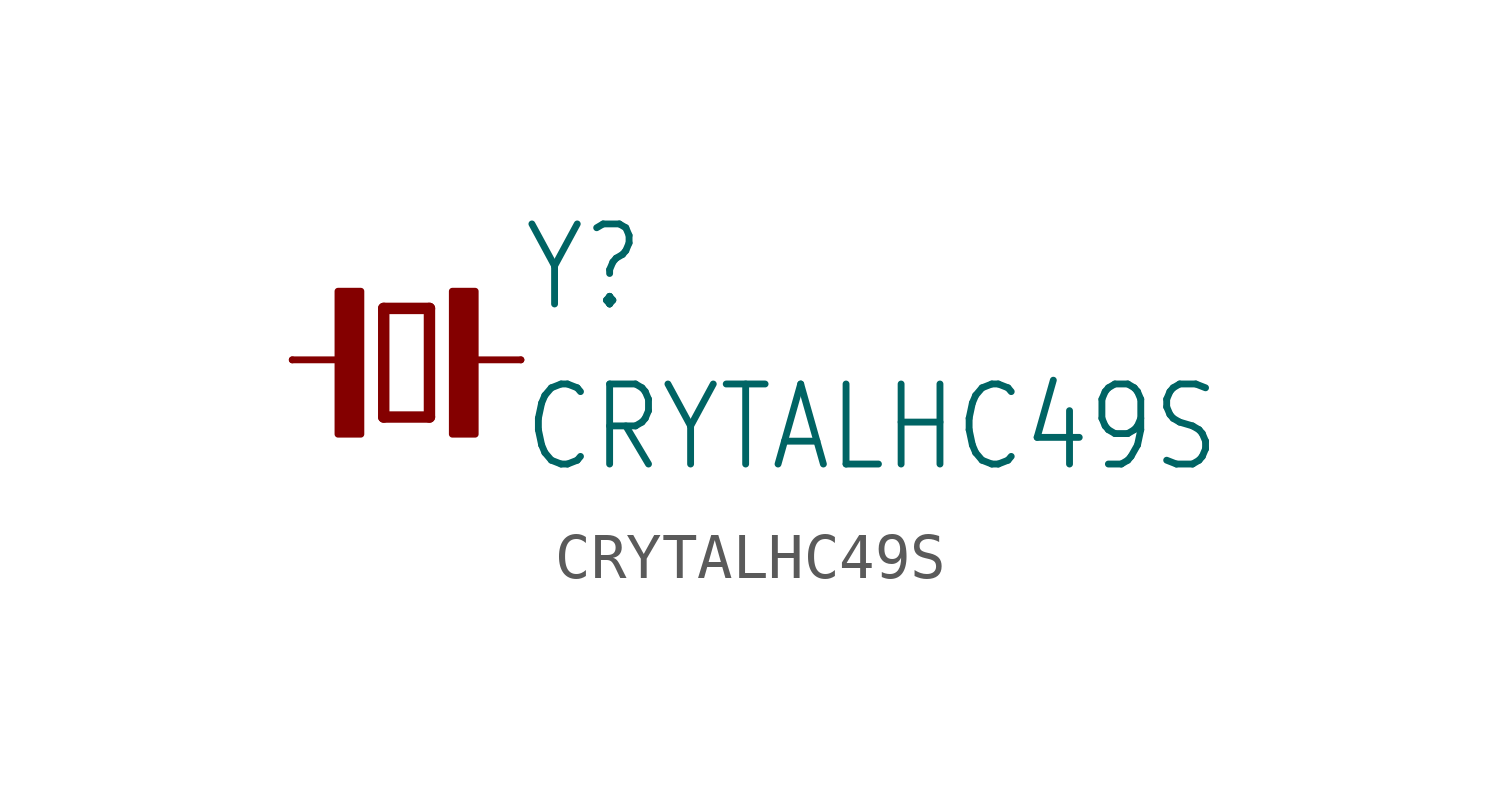
<source format=kicad_sym>
(kicad_symbol_lib
  (version 20211014)
  (generator kicad_symbol_editor)
  (symbol "CRYTALHC49S"
    (property "Reference" "Y"
      (at 2.54 1.016 0)
      (effects (font (size 1.778 1.511)) (justify left bottom)))
    (property "Value" "CRYTALHC49S"
      (at 2.54 -2.54 0)
      (effects (font (size 1.778 1.511)) (justify left bottom)))
    (property "ki_locked" ""
      (at 0 0 0)
      (effects (font (size 1.27 1.27))))
    (symbol "CRYTALHC49S_1_0"
      (rectangle (start -1.524 -1.651) (end -1.016 1.524) (stroke (width 0) (type default) (color 0 0 0 0)) (fill (type outline)))
      (polyline (pts (xy -2.54 0) (xy -1.143 0)) (stroke (width 0.152) (type default) (color 0 0 0 0)) (fill (type none)))
      (polyline (pts (xy -0.508 -1.27) (xy 0.508 -1.27)) (stroke (width 0.254) (type default) (color 0 0 0 0)) (fill (type none)))
      (polyline (pts (xy -0.508 1.143) (xy -0.508 -1.27)) (stroke (width 0.254) (type default) (color 0 0 0 0)) (fill (type none)))
      (polyline (pts (xy 0.508 -1.27) (xy 0.508 1.143)) (stroke (width 0.254) (type default) (color 0 0 0 0)) (fill (type none)))
      (polyline (pts (xy 0.508 1.143) (xy -0.508 1.143)) (stroke (width 0.254) (type default) (color 0 0 0 0)) (fill (type none)))
      (polyline (pts (xy 1.143 0) (xy 2.54 0)) (stroke (width 0.152) (type default) (color 0 0 0 0)) (fill (type none)))
      (rectangle (start 1.016 -1.651) (end 1.524 1.524) (stroke (width 0) (type default) (color 0 0 0 0)) (fill (type outline)))
      (pin passive line (at -2.54 0 0) (length 0) (name "1" (effects (font (size 0 0)))) (number "1" (effects (font (size 0 0)))))
      (pin passive line (at 2.54 0 180) (length 0) (name "2" (effects (font (size 0 0)))) (number "2" (effects (font (size 0 0))))))))
</source>
